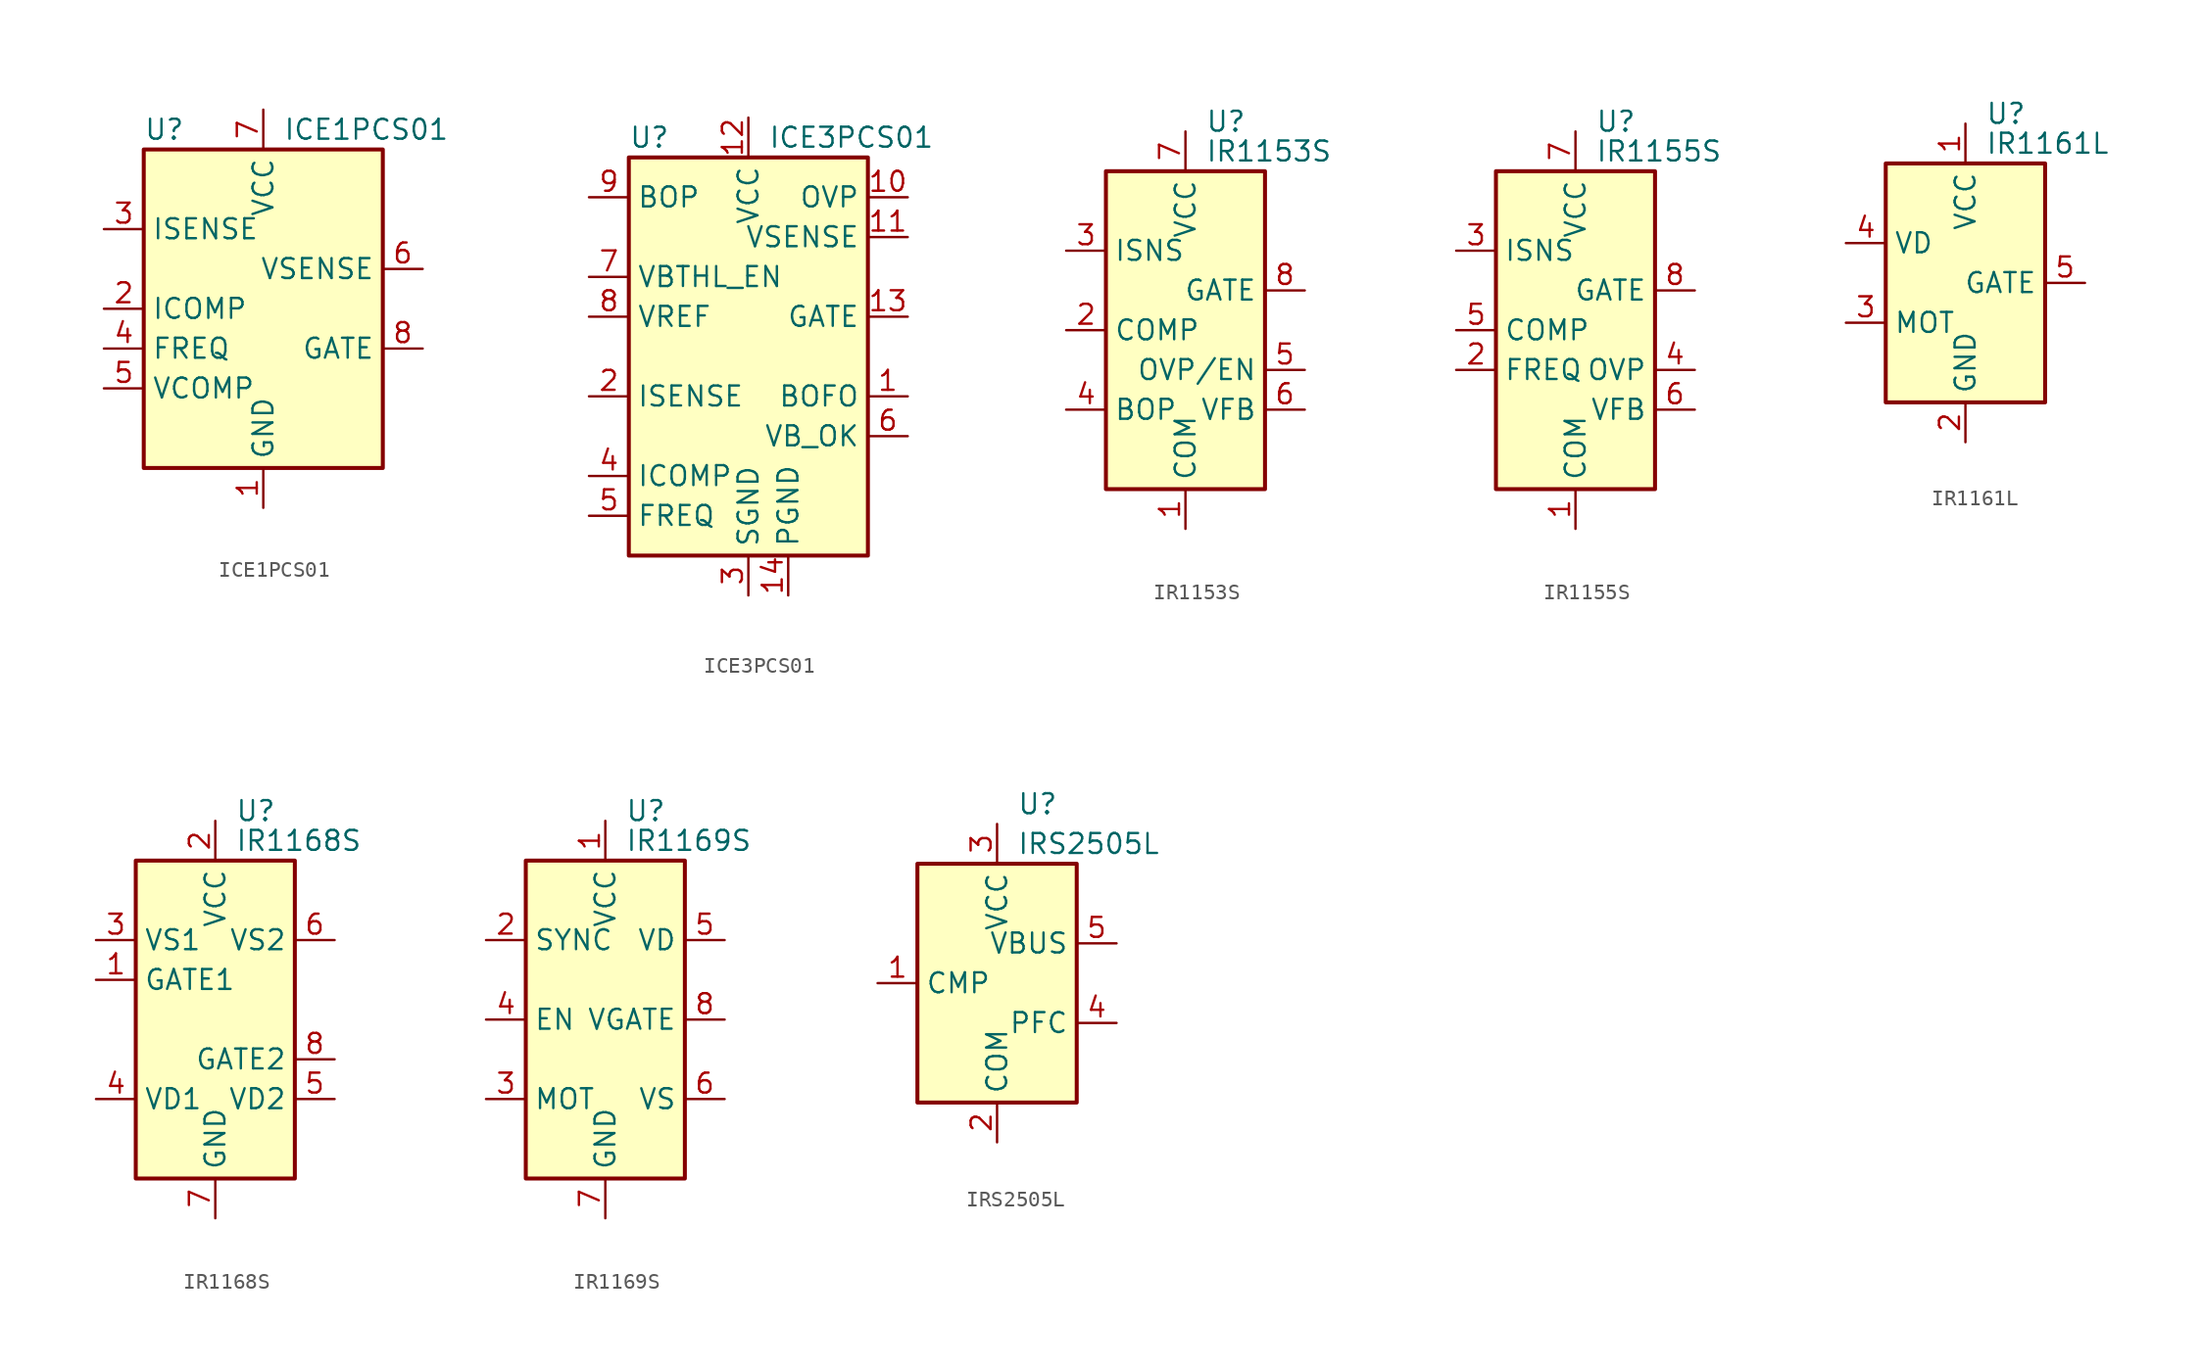
<source format=kicad_sym>
(kicad_symbol_lib
  (version 20241209)
  (generator "kicad_symbol_editor")
  (generator_version "9.0")
  (symbol "ICE1PCS01"
    (property "Reference" "U"
      (at -7.62 11.43 0)
      (effects (font (size 1.27 1.27)) (justify left)))
    (property "Value" "ICE1PCS01"
      (at 1.27 11.43 0)
      (effects (font (size 1.27 1.27)) (justify left)))
    (symbol "ICE1PCS01_0_0"
      (rectangle (start -7.62 10.16) (end 7.62 -10.16) (stroke (width 0.254) (type default)) (fill (type background))))
    (symbol "ICE1PCS01_1_1"
      (pin input line (at -10.16 5.08 0) (length 2.54) (name "ISENSE" (effects (font (size 1.27 1.27)))) (number "3" (effects (font (size 1.27 1.27)))))
      (pin passive line (at -10.16 0 0) (length 2.54) (name "ICOMP" (effects (font (size 1.27 1.27)))) (number "2" (effects (font (size 1.27 1.27)))))
      (pin passive line (at -10.16 -2.54 0) (length 2.54) (name "FREQ" (effects (font (size 1.27 1.27)))) (number "4" (effects (font (size 1.27 1.27)))))
      (pin passive line (at -10.16 -5.08 0) (length 2.54) (name "VCOMP" (effects (font (size 1.27 1.27)))) (number "5" (effects (font (size 1.27 1.27)))))
      (pin power_in line (at 0 12.7 270) (length 2.54) (name "VCC" (effects (font (size 1.27 1.27)))) (number "7" (effects (font (size 1.27 1.27)))))
      (pin power_in line (at 0 -12.7 90) (length 2.54) (name "GND" (effects (font (size 1.27 1.27)))) (number "1" (effects (font (size 1.27 1.27)))))
      (pin input line (at 10.16 2.54 180) (length 2.54) (name "VSENSE" (effects (font (size 1.27 1.27)))) (number "6" (effects (font (size 1.27 1.27)))))
      (pin output line (at 10.16 -2.54 180) (length 2.54) (name "GATE" (effects (font (size 1.27 1.27)))) (number "8" (effects (font (size 1.27 1.27)))))))
  (symbol "ICE3PCS01"
    (property "Reference" "U"
      (at -7.62 13.97 0)
      (effects (font (size 1.27 1.27)) (justify left)))
    (property "Value" "ICE3PCS01"
      (at 1.27 13.97 0)
      (effects (font (size 1.27 1.27)) (justify left)))
    (symbol "ICE3PCS01_0_0"
      (rectangle (start -7.62 12.7) (end 7.62 -12.7) (stroke (width 0.254) (type default)) (fill (type background))))
    (symbol "ICE3PCS01_1_1"
      (pin input line (at -10.16 10.16 0) (length 2.54) (name "BOP" (effects (font (size 1.27 1.27)))) (number "9" (effects (font (size 1.27 1.27)))))
      (pin input line (at -10.16 5.08 0) (length 2.54) (name "VBTHL_EN" (effects (font (size 1.27 1.27)))) (number "7" (effects (font (size 1.27 1.27)))))
      (pin output line (at -10.16 2.54 0) (length 2.54) (name "VREF" (effects (font (size 1.27 1.27)))) (number "8" (effects (font (size 1.27 1.27)))))
      (pin input line (at -10.16 -2.54 0) (length 2.54) (name "ISENSE" (effects (font (size 1.27 1.27)))) (number "2" (effects (font (size 1.27 1.27)))))
      (pin passive line (at -10.16 -7.62 0) (length 2.54) (name "ICOMP" (effects (font (size 1.27 1.27)))) (number "4" (effects (font (size 1.27 1.27)))))
      (pin passive line (at -10.16 -10.16 0) (length 2.54) (name "FREQ" (effects (font (size 1.27 1.27)))) (number "5" (effects (font (size 1.27 1.27)))))
      (pin power_in line (at 0 15.24 270) (length 2.54) (name "VCC" (effects (font (size 1.27 1.27)))) (number "12" (effects (font (size 1.27 1.27)))))
      (pin power_in line (at 0 -15.24 90) (length 2.54) (name "SGND" (effects (font (size 1.27 1.27)))) (number "3" (effects (font (size 1.27 1.27)))))
      (pin power_in line (at 2.54 -15.24 90) (length 2.54) (name "PGND" (effects (font (size 1.27 1.27)))) (number "14" (effects (font (size 1.27 1.27)))))
      (pin input line (at 10.16 10.16 180) (length 2.54) (name "OVP" (effects (font (size 1.27 1.27)))) (number "10" (effects (font (size 1.27 1.27)))))
      (pin input line (at 10.16 7.62 180) (length 2.54) (name "VSENSE" (effects (font (size 1.27 1.27)))) (number "11" (effects (font (size 1.27 1.27)))))
      (pin output line (at 10.16 2.54 180) (length 2.54) (name "GATE" (effects (font (size 1.27 1.27)))) (number "13" (effects (font (size 1.27 1.27)))))
      (pin input line (at 10.16 -2.54 180) (length 2.54) (name "BOFO" (effects (font (size 1.27 1.27)))) (number "1" (effects (font (size 1.27 1.27)))))
      (pin output line (at 10.16 -5.08 180) (length 2.54) (name "VB_OK" (effects (font (size 1.27 1.27)))) (number "6" (effects (font (size 1.27 1.27)))))))
  (symbol "IR1153S"
    (property "Reference" "U"
      (at 1.27 13.335 0)
      (effects (font (size 1.27 1.27)) (justify left)))
    (property "Value" "IR1153S"
      (at 1.27 11.43 0)
      (effects (font (size 1.27 1.27)) (justify left)))
    (symbol "IR1153S_0_1"
      (rectangle (start -5.08 -10.16) (end 5.08 10.16) (stroke (width 0.254) (type default)) (fill (type background))))
    (symbol "IR1153S_1_1"
      (pin passive line (at -7.62 5.08 0) (length 2.54) (name "ISNS" (effects (font (size 1.27 1.27)))) (number "3" (effects (font (size 1.27 1.27)))))
      (pin output line (at -7.62 0 0) (length 2.54) (name "COMP" (effects (font (size 1.27 1.27)))) (number "2" (effects (font (size 1.27 1.27)))))
      (pin input line (at -7.62 -5.08 0) (length 2.54) (name "BOP" (effects (font (size 1.27 1.27)))) (number "4" (effects (font (size 1.27 1.27)))))
      (pin power_in line (at 0 12.7 270) (length 2.54) (name "VCC" (effects (font (size 1.27 1.27)))) (number "7" (effects (font (size 1.27 1.27)))))
      (pin power_in line (at 0 -12.7 90) (length 2.54) (name "COM" (effects (font (size 1.27 1.27)))) (number "1" (effects (font (size 1.27 1.27)))))
      (pin output line (at 7.62 2.54 180) (length 2.54) (name "GATE" (effects (font (size 1.27 1.27)))) (number "8" (effects (font (size 1.27 1.27)))))
      (pin input line (at 7.62 -2.54 180) (length 2.54) (name "OVP/EN" (effects (font (size 1.27 1.27)))) (number "5" (effects (font (size 1.27 1.27)))))
      (pin input line (at 7.62 -5.08 180) (length 2.54) (name "VFB" (effects (font (size 1.27 1.27)))) (number "6" (effects (font (size 1.27 1.27)))))))
  (symbol "IR1155S"
    (property "Reference" "U"
      (at 1.27 13.335 0)
      (effects (font (size 1.27 1.27)) (justify left)))
    (property "Value" "IR1155S"
      (at 1.27 11.43 0)
      (effects (font (size 1.27 1.27)) (justify left)))
    (symbol "IR1155S_0_1"
      (rectangle (start -5.08 -10.16) (end 5.08 10.16) (stroke (width 0.254) (type default)) (fill (type background))))
    (symbol "IR1155S_1_1"
      (pin passive line (at -7.62 5.08 0) (length 2.54) (name "ISNS" (effects (font (size 1.27 1.27)))) (number "3" (effects (font (size 1.27 1.27)))))
      (pin output line (at -7.62 0 0) (length 2.54) (name "COMP" (effects (font (size 1.27 1.27)))) (number "5" (effects (font (size 1.27 1.27)))))
      (pin passive line (at -7.62 -2.54 0) (length 2.54) (name "FREQ" (effects (font (size 1.27 1.27)))) (number "2" (effects (font (size 1.27 1.27)))))
      (pin power_in line (at 0 12.7 270) (length 2.54) (name "VCC" (effects (font (size 1.27 1.27)))) (number "7" (effects (font (size 1.27 1.27)))))
      (pin power_in line (at 0 -12.7 90) (length 2.54) (name "COM" (effects (font (size 1.27 1.27)))) (number "1" (effects (font (size 1.27 1.27)))))
      (pin output line (at 7.62 2.54 180) (length 2.54) (name "GATE" (effects (font (size 1.27 1.27)))) (number "8" (effects (font (size 1.27 1.27)))))
      (pin input line (at 7.62 -2.54 180) (length 2.54) (name "OVP" (effects (font (size 1.27 1.27)))) (number "4" (effects (font (size 1.27 1.27)))))
      (pin input line (at 7.62 -5.08 180) (length 2.54) (name "VFB" (effects (font (size 1.27 1.27)))) (number "6" (effects (font (size 1.27 1.27)))))))
  (symbol "IR1161L"
    (property "Reference" "U"
      (at 1.27 10.795 0)
      (effects (font (size 1.27 1.27)) (justify left)))
    (property "Value" "IR1161L"
      (at 1.27 8.89 0)
      (effects (font (size 1.27 1.27)) (justify left)))
    (symbol "IR1161L_0_1"
      (rectangle (start -5.08 -7.62) (end 5.08 7.62) (stroke (width 0.254) (type default)) (fill (type background))))
    (symbol "IR1161L_1_1"
      (pin input line (at -7.62 2.54 0) (length 2.54) (name "VD" (effects (font (size 1.27 1.27)))) (number "4" (effects (font (size 1.27 1.27)))))
      (pin passive line (at -7.62 -2.54 0) (length 2.54) (name "MOT" (effects (font (size 1.27 1.27)))) (number "3" (effects (font (size 1.27 1.27)))))
      (pin power_in line (at 0 10.16 270) (length 2.54) (name "VCC" (effects (font (size 1.27 1.27)))) (number "1" (effects (font (size 1.27 1.27)))))
      (pin power_in line (at 0 -10.16 90) (length 2.54) (name "GND" (effects (font (size 1.27 1.27)))) (number "2" (effects (font (size 1.27 1.27)))))
      (pin output line (at 7.62 0 180) (length 2.54) (name "GATE" (effects (font (size 1.27 1.27)))) (number "5" (effects (font (size 1.27 1.27)))))))
  (symbol "IR1168S"
    (property "Reference" "U"
      (at 1.27 13.335 0)
      (effects (font (size 1.27 1.27)) (justify left)))
    (property "Value" "IR1168S"
      (at 1.27 11.43 0)
      (effects (font (size 1.27 1.27)) (justify left)))
    (symbol "IR1168S_0_1"
      (rectangle (start -5.08 -10.16) (end 5.08 10.16) (stroke (width 0.254) (type default)) (fill (type background))))
    (symbol "IR1168S_1_1"
      (pin input line (at -7.62 5.08 0) (length 2.54) (name "VS1" (effects (font (size 1.27 1.27)))) (number "3" (effects (font (size 1.27 1.27)))))
      (pin output line (at -7.62 2.54 0) (length 2.54) (name "GATE1" (effects (font (size 1.27 1.27)))) (number "1" (effects (font (size 1.27 1.27)))))
      (pin input line (at -7.62 -5.08 0) (length 2.54) (name "VD1" (effects (font (size 1.27 1.27)))) (number "4" (effects (font (size 1.27 1.27)))))
      (pin power_in line (at 0 12.7 270) (length 2.54) (name "VCC" (effects (font (size 1.27 1.27)))) (number "2" (effects (font (size 1.27 1.27)))))
      (pin power_in line (at 0 -12.7 90) (length 2.54) (name "GND" (effects (font (size 1.27 1.27)))) (number "7" (effects (font (size 1.27 1.27)))))
      (pin input line (at 7.62 5.08 180) (length 2.54) (name "VS2" (effects (font (size 1.27 1.27)))) (number "6" (effects (font (size 1.27 1.27)))))
      (pin output line (at 7.62 -2.54 180) (length 2.54) (name "GATE2" (effects (font (size 1.27 1.27)))) (number "8" (effects (font (size 1.27 1.27)))))
      (pin input line (at 7.62 -5.08 180) (length 2.54) (name "VD2" (effects (font (size 1.27 1.27)))) (number "5" (effects (font (size 1.27 1.27)))))))
  (symbol "IR1169S"
    (property "Reference" "U"
      (at 1.27 13.335 0)
      (effects (font (size 1.27 1.27)) (justify left)))
    (property "Value" "IR1169S"
      (at 1.27 11.43 0)
      (effects (font (size 1.27 1.27)) (justify left)))
    (symbol "IR1169S_0_1"
      (rectangle (start -5.08 -10.16) (end 5.08 10.16) (stroke (width 0.254) (type default)) (fill (type background))))
    (symbol "IR1169S_1_1"
      (pin input line (at -7.62 5.08 0) (length 2.54) (name "SYNC" (effects (font (size 1.27 1.27)))) (number "2" (effects (font (size 1.27 1.27)))))
      (pin input line (at -7.62 0 0) (length 2.54) (name "EN" (effects (font (size 1.27 1.27)))) (number "4" (effects (font (size 1.27 1.27)))))
      (pin passive line (at -7.62 -5.08 0) (length 2.54) (name "MOT" (effects (font (size 1.27 1.27)))) (number "3" (effects (font (size 1.27 1.27)))))
      (pin power_in line (at 0 12.7 270) (length 2.54) (name "VCC" (effects (font (size 1.27 1.27)))) (number "1" (effects (font (size 1.27 1.27)))))
      (pin power_in line (at 0 -12.7 90) (length 2.54) (name "GND" (effects (font (size 1.27 1.27)))) (number "7" (effects (font (size 1.27 1.27)))))
      (pin input line (at 7.62 5.08 180) (length 2.54) (name "VD" (effects (font (size 1.27 1.27)))) (number "5" (effects (font (size 1.27 1.27)))))
      (pin output line (at 7.62 0 180) (length 2.54) (name "VGATE" (effects (font (size 1.27 1.27)))) (number "8" (effects (font (size 1.27 1.27)))))
      (pin input line (at 7.62 -5.08 180) (length 2.54) (name "VS" (effects (font (size 1.27 1.27)))) (number "6" (effects (font (size 1.27 1.27)))))))
  (symbol "IRS2505L"
    (property "Reference" "U"
      (at 1.27 11.43 0)
      (effects (font (size 1.27 1.27)) (justify left)))
    (property "Value" "IRS2505L"
      (at 1.27 8.89 0)
      (effects (font (size 1.27 1.27)) (justify left)))
    (symbol "IRS2505L_0_1"
      (rectangle (start -5.08 -7.62) (end 5.08 7.62) (stroke (width 0.254) (type default)) (fill (type background))))
    (symbol "IRS2505L_1_1"
      (pin passive line (at -7.62 0 0) (length 2.54) (name "CMP" (effects (font (size 1.27 1.27)))) (number "1" (effects (font (size 1.27 1.27)))))
      (pin power_in line (at 0 10.16 270) (length 2.54) (name "VCC" (effects (font (size 1.27 1.27)))) (number "3" (effects (font (size 1.27 1.27)))))
      (pin power_in line (at 0 -10.16 90) (length 2.54) (name "COM" (effects (font (size 1.27 1.27)))) (number "2" (effects (font (size 1.27 1.27)))))
      (pin input line (at 7.62 2.54 180) (length 2.54) (name "VBUS" (effects (font (size 1.27 1.27)))) (number "5" (effects (font (size 1.27 1.27)))))
      (pin output line (at 7.62 -2.54 180) (length 2.54) (name "PFC" (effects (font (size 1.27 1.27)))) (number "4" (effects (font (size 1.27 1.27))))))))
</source>
